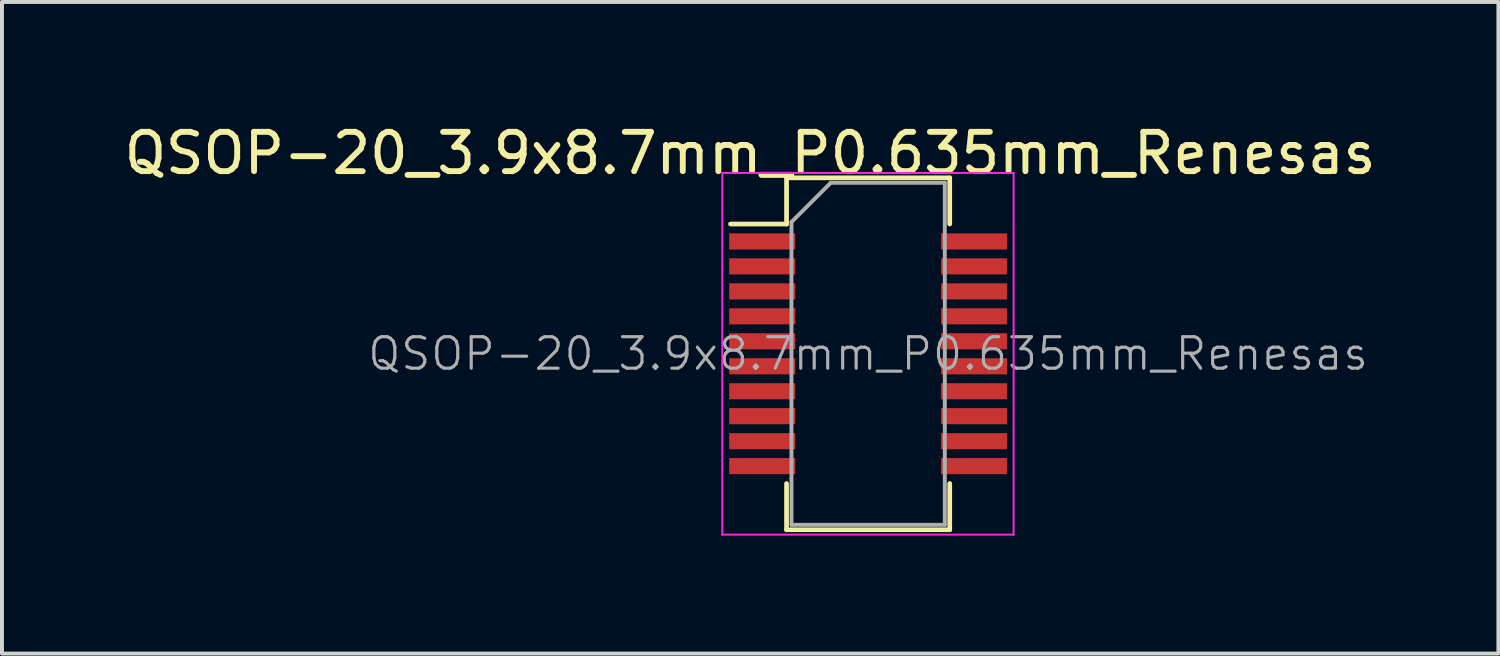
<source format=kicad_pcb>
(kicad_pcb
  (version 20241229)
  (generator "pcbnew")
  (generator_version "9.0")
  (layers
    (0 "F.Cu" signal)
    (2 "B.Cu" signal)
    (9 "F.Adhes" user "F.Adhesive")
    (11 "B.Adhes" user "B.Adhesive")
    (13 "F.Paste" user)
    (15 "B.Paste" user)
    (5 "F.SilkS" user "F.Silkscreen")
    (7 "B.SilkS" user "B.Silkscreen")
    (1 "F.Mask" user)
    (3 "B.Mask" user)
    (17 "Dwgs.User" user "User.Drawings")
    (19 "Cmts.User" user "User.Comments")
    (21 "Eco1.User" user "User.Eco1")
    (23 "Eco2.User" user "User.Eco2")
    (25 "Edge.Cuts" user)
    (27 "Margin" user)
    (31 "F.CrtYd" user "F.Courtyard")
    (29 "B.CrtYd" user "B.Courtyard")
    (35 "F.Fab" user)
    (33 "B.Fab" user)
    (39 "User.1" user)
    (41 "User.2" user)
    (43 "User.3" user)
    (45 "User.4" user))
  (footprint "QSOP-20_3.9x8.7mm_P0.635mm_Renesas"
    (layer "F.Cu")
    (at 19.03 5.948)
    (property "Reference" "QSOP-20_3.9x8.7mm_P0.635mm_Renesas" (at -3 -5.1 0) (layer "F.SilkS") (effects (font (size 1 1) (thickness 0.15))))
    (attr smd)
    (fp_line (start -3.5 -3.3) (end -2.075 -3.3) (stroke (width 0.12) (type solid)) (layer "F.SilkS"))
    (fp_line (start -2.075 -4.475) (end 2.075 -4.475) (stroke (width 0.12) (type solid)) (layer "F.SilkS"))
    (fp_line (start -2.075 -3.3) (end -2.075 -4.475) (stroke (width 0.12) (type solid)) (layer "F.SilkS"))
    (fp_line (start -2.075 3.3) (end -2.075 4.475) (stroke (width 0.12) (type solid)) (layer "F.SilkS"))
    (fp_line (start -2.075 4.475) (end 2.075 4.475) (stroke (width 0.12) (type solid)) (layer "F.SilkS"))
    (fp_line (start 2.075 -3.3) (end 2.075 -4.475) (stroke (width 0.12) (type solid)) (layer "F.SilkS"))
    (fp_line (start 2.075 3.3) (end 2.075 4.475) (stroke (width 0.12) (type solid)) (layer "F.SilkS"))
    (fp_line (start -3.71 -4.6) (end -3.71 4.6) (stroke (width 0.05) (type solid)) (layer "F.CrtYd"))
    (fp_line (start -3.71 -4.6) (end 3.7 -4.6) (stroke (width 0.05) (type solid)) (layer "F.CrtYd"))
    (fp_line (start -3.71 4.6) (end 3.7 4.6) (stroke (width 0.05) (type solid)) (layer "F.CrtYd"))
    (fp_line (start 3.7 -4.6) (end 3.7 4.6) (stroke (width 0.05) (type solid)) (layer "F.CrtYd"))
    (fp_line (start -1.95 -3.35) (end -0.95 -4.35) (stroke (width 0.1) (type solid)) (layer "F.Fab"))
    (fp_line (start -1.95 4.35) (end -1.95 -3.35) (stroke (width 0.1) (type solid)) (layer "F.Fab"))
    (fp_line (start -0.95 -4.35) (end 1.95 -4.35) (stroke (width 0.1) (type solid)) (layer "F.Fab"))
    (fp_line (start 1.95 -4.35) (end 1.95 4.35) (stroke (width 0.1) (type solid)) (layer "F.Fab"))
    (fp_line (start 1.95 4.35) (end -1.95 4.35) (stroke (width 0.1) (type solid)) (layer "F.Fab"))
    (fp_text user "${REFERENCE}" (at 0 0 0) (layer "F.Fab") (effects (font (size 0.8 0.8) (thickness 0.08))))
    (pad "1" smd rect (at -2.694 -2.857) (size 1.68 0.41) (layers "F.Cu" "F.Mask" "F.Paste"))
    (pad "2" smd rect (at -2.694 -2.223) (size 1.68 0.41) (layers "F.Cu" "F.Mask" "F.Paste"))
    (pad "3" smd rect (at -2.694 -1.587) (size 1.68 0.41) (layers "F.Cu" "F.Mask" "F.Paste"))
    (pad "4" smd rect (at -2.694 -0.953) (size 1.68 0.41) (layers "F.Cu" "F.Mask" "F.Paste"))
    (pad "5" smd rect (at -2.694 -0.318) (size 1.68 0.41) (layers "F.Cu" "F.Mask" "F.Paste"))
    (pad "6" smd rect (at -2.694 0.318) (size 1.68 0.41) (layers "F.Cu" "F.Mask" "F.Paste"))
    (pad "7" smd rect (at -2.694 0.953) (size 1.68 0.41) (layers "F.Cu" "F.Mask" "F.Paste"))
    (pad "8" smd rect (at -2.694 1.587) (size 1.68 0.41) (layers "F.Cu" "F.Mask" "F.Paste"))
    (pad "9" smd rect (at -2.694 2.223) (size 1.68 0.41) (layers "F.Cu" "F.Mask" "F.Paste"))
    (pad "10" smd rect (at -2.694 2.857) (size 1.68 0.41) (layers "F.Cu" "F.Mask" "F.Paste"))
    (pad "11" smd rect (at 2.694 2.857) (size 1.68 0.41) (layers "F.Cu" "F.Mask" "F.Paste"))
    (pad "12" smd rect (at 2.694 2.223) (size 1.68 0.41) (layers "F.Cu" "F.Mask" "F.Paste"))
    (pad "13" smd rect (at 2.694 1.587) (size 1.68 0.41) (layers "F.Cu" "F.Mask" "F.Paste"))
    (pad "14" smd rect (at 2.694 0.953) (size 1.68 0.41) (layers "F.Cu" "F.Mask" "F.Paste"))
    (pad "15" smd rect (at 2.694 0.318) (size 1.68 0.41) (layers "F.Cu" "F.Mask" "F.Paste"))
    (pad "16" smd rect (at 2.694 -0.318) (size 1.68 0.41) (layers "F.Cu" "F.Mask" "F.Paste"))
    (pad "17" smd rect (at 2.694 -0.953) (size 1.68 0.41) (layers "F.Cu" "F.Mask" "F.Paste"))
    (pad "18" smd rect (at 2.694 -1.587) (size 1.68 0.41) (layers "F.Cu" "F.Mask" "F.Paste"))
    (pad "19" smd rect (at 2.694 -2.223) (size 1.68 0.41) (layers "F.Cu" "F.Mask" "F.Paste"))
    (pad "20" smd rect (at 2.694 -2.857) (size 1.68 0.41) (layers "F.Cu" "F.Mask" "F.Paste")))
  (gr_rect
    (start -3 -3)
    (end 35.06 13.573)
    (stroke (width 0.1) (type default))
    (fill no)
    (layer "Edge.Cuts")))
</source>
